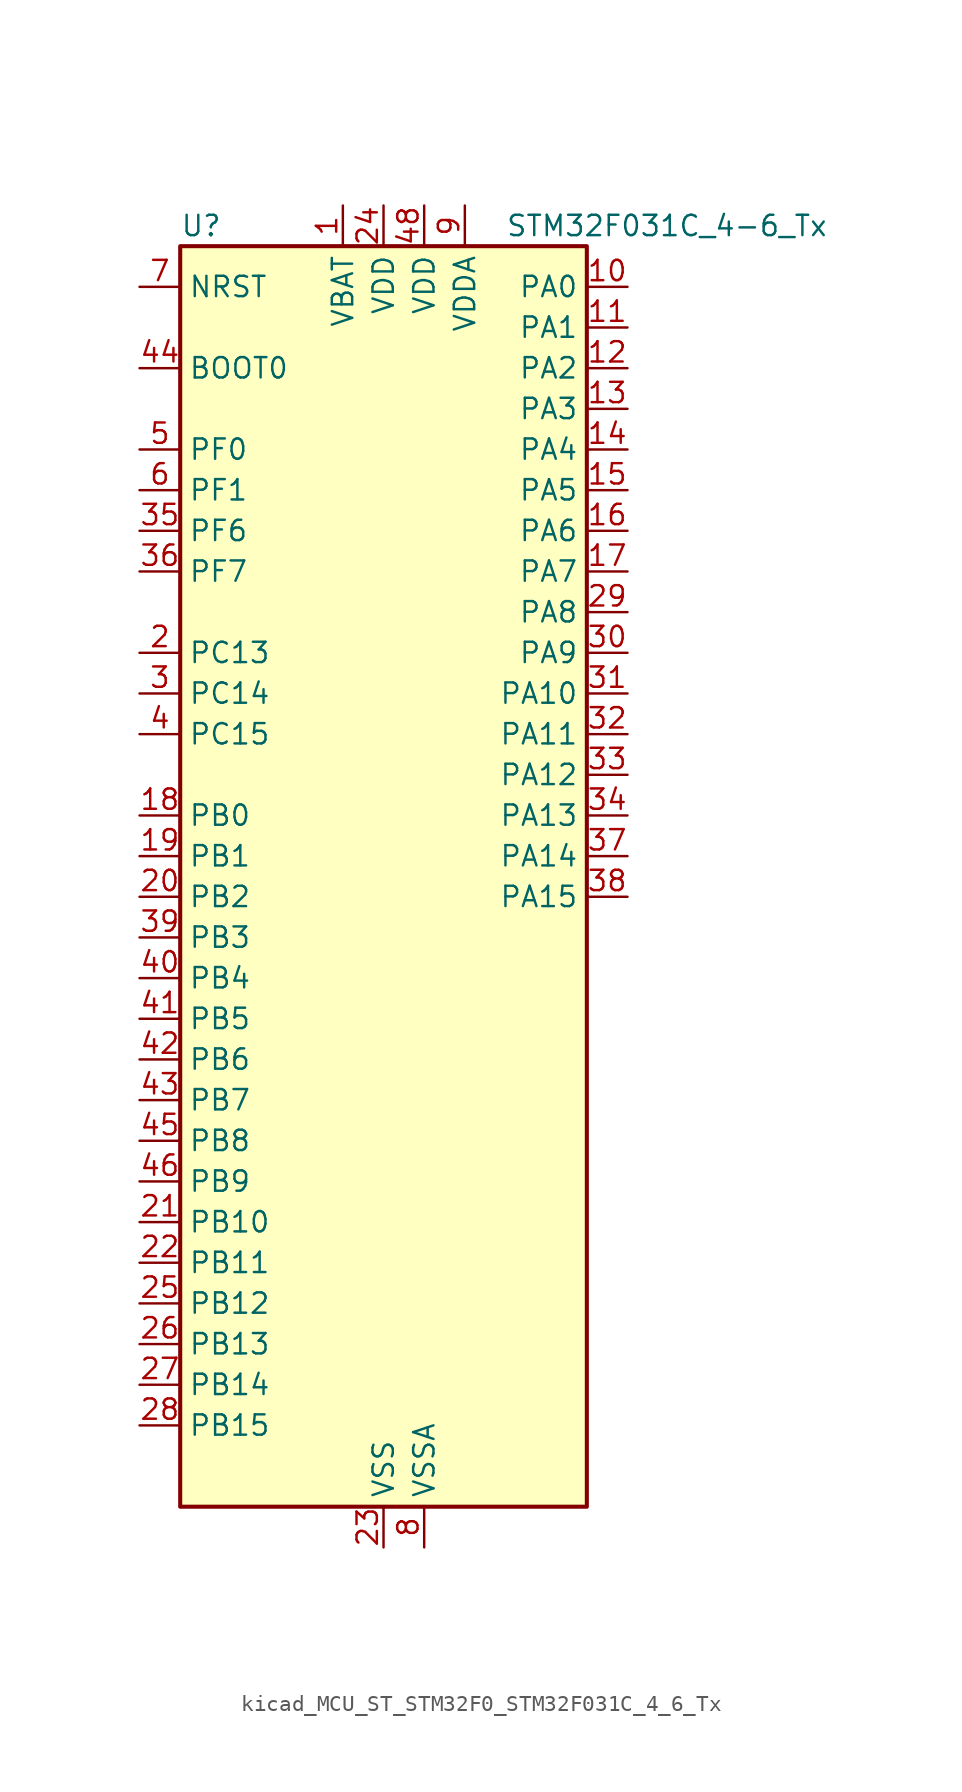
<source format=kicad_sym>
(kicad_symbol_lib
  (version 20220914)
  (generator kicad_symbol_editor)
  (symbol "kicad_MCU_ST_STM32F0_STM32F031C_4_6_Tx"
    (property "Reference" "U"
      (at -12.7 41.91 0)
      (effects (font (size 1.27 1.27)) (justify left)))
    (property "Value" "STM32F031C_4-6_Tx"
      (at 7.62 41.91 0)
      (effects (font (size 1.27 1.27)) (justify left)))
    (property "ki_locked" ""
      (at 0 0 0)
      (effects (font (size 1.27 1.27))))
    (symbol "kicad_MCU_ST_STM32F0_STM32F031C_4_6_Tx_0_1"
      (rectangle (start -12.7 -38.1) (end 12.7 40.64) (stroke (width 0.254) (type default)) (fill (type background))))
    (symbol "kicad_MCU_ST_STM32F0_STM32F031C_4_6_Tx_1_1"
      (pin power_in line (at -2.54 43.18 270) (length 2.54) (name "VBAT" (effects (font (size 1.27 1.27)))) (number "1" (effects (font (size 1.27 1.27)))))
      (pin bidirectional line (at 15.24 38.1 180) (length 2.54) (name "PA0" (effects (font (size 1.27 1.27)))) (number "10" (effects (font (size 1.27 1.27)))) (alternate "ADC_IN0" bidirectional line) (alternate "RTC_TAMP2" bidirectional line) (alternate "SYS_WKUP1" bidirectional line) (alternate "TIM2_CH1" bidirectional line) (alternate "TIM2_ETR" bidirectional line) (alternate "USART1_CTS" bidirectional line))
      (pin bidirectional line (at 15.24 35.56 180) (length 2.54) (name "PA1" (effects (font (size 1.27 1.27)))) (number "11" (effects (font (size 1.27 1.27)))) (alternate "ADC_IN1" bidirectional line) (alternate "TIM2_CH2" bidirectional line) (alternate "USART1_DE" bidirectional line) (alternate "USART1_RTS" bidirectional line))
      (pin bidirectional line (at 15.24 33.02 180) (length 2.54) (name "PA2" (effects (font (size 1.27 1.27)))) (number "12" (effects (font (size 1.27 1.27)))) (alternate "ADC_IN2" bidirectional line) (alternate "TIM2_CH3" bidirectional line) (alternate "USART1_TX" bidirectional line))
      (pin bidirectional line (at 15.24 30.48 180) (length 2.54) (name "PA3" (effects (font (size 1.27 1.27)))) (number "13" (effects (font (size 1.27 1.27)))) (alternate "ADC_IN3" bidirectional line) (alternate "TIM2_CH4" bidirectional line) (alternate "USART1_RX" bidirectional line))
      (pin bidirectional line (at 15.24 27.94 180) (length 2.54) (name "PA4" (effects (font (size 1.27 1.27)))) (number "14" (effects (font (size 1.27 1.27)))) (alternate "ADC_IN4" bidirectional line) (alternate "I2S1_WS" bidirectional line) (alternate "SPI1_NSS" bidirectional line) (alternate "TIM14_CH1" bidirectional line) (alternate "USART1_CK" bidirectional line))
      (pin bidirectional line (at 15.24 25.4 180) (length 2.54) (name "PA5" (effects (font (size 1.27 1.27)))) (number "15" (effects (font (size 1.27 1.27)))) (alternate "ADC_IN5" bidirectional line) (alternate "I2S1_CK" bidirectional line) (alternate "SPI1_SCK" bidirectional line) (alternate "TIM2_CH1" bidirectional line) (alternate "TIM2_ETR" bidirectional line))
      (pin bidirectional line (at 15.24 22.86 180) (length 2.54) (name "PA6" (effects (font (size 1.27 1.27)))) (number "16" (effects (font (size 1.27 1.27)))) (alternate "ADC_IN6" bidirectional line) (alternate "I2S1_MCK" bidirectional line) (alternate "SPI1_MISO" bidirectional line) (alternate "TIM16_CH1" bidirectional line) (alternate "TIM1_BKIN" bidirectional line) (alternate "TIM3_CH1" bidirectional line))
      (pin bidirectional line (at 15.24 20.32 180) (length 2.54) (name "PA7" (effects (font (size 1.27 1.27)))) (number "17" (effects (font (size 1.27 1.27)))) (alternate "ADC_IN7" bidirectional line) (alternate "I2S1_SD" bidirectional line) (alternate "SPI1_MOSI" bidirectional line) (alternate "TIM14_CH1" bidirectional line) (alternate "TIM17_CH1" bidirectional line) (alternate "TIM1_CH1N" bidirectional line) (alternate "TIM3_CH2" bidirectional line))
      (pin bidirectional line (at -15.24 5.08 0) (length 2.54) (name "PB0" (effects (font (size 1.27 1.27)))) (number "18" (effects (font (size 1.27 1.27)))) (alternate "ADC_IN8" bidirectional line) (alternate "TIM1_CH2N" bidirectional line) (alternate "TIM3_CH3" bidirectional line))
      (pin bidirectional line (at -15.24 2.54 0) (length 2.54) (name "PB1" (effects (font (size 1.27 1.27)))) (number "19" (effects (font (size 1.27 1.27)))) (alternate "ADC_IN9" bidirectional line) (alternate "TIM14_CH1" bidirectional line) (alternate "TIM1_CH3N" bidirectional line) (alternate "TIM3_CH4" bidirectional line))
      (pin bidirectional line (at -15.24 15.24 0) (length 2.54) (name "PC13" (effects (font (size 1.27 1.27)))) (number "2" (effects (font (size 1.27 1.27)))) (alternate "RTC_OUT_ALARM" bidirectional line) (alternate "RTC_OUT_CALIB" bidirectional line) (alternate "RTC_TAMP1" bidirectional line) (alternate "RTC_TS" bidirectional line) (alternate "SYS_WKUP2" bidirectional line))
      (pin bidirectional line (at -15.24 0 0) (length 2.54) (name "PB2" (effects (font (size 1.27 1.27)))) (number "20" (effects (font (size 1.27 1.27)))))
      (pin bidirectional line (at -15.24 -20.32 0) (length 2.54) (name "PB10" (effects (font (size 1.27 1.27)))) (number "21" (effects (font (size 1.27 1.27)))) (alternate "I2C1_SCL" bidirectional line) (alternate "TIM2_CH3" bidirectional line))
      (pin bidirectional line (at -15.24 -22.86 0) (length 2.54) (name "PB11" (effects (font (size 1.27 1.27)))) (number "22" (effects (font (size 1.27 1.27)))) (alternate "I2C1_SDA" bidirectional line) (alternate "TIM2_CH4" bidirectional line))
      (pin power_in line (at 0 -40.64 90) (length 2.54) (name "VSS" (effects (font (size 1.27 1.27)))) (number "23" (effects (font (size 1.27 1.27)))))
      (pin power_in line (at 0 43.18 270) (length 2.54) (name "VDD" (effects (font (size 1.27 1.27)))) (number "24" (effects (font (size 1.27 1.27)))))
      (pin bidirectional line (at -15.24 -25.4 0) (length 2.54) (name "PB12" (effects (font (size 1.27 1.27)))) (number "25" (effects (font (size 1.27 1.27)))) (alternate "SPI1_NSS" bidirectional line) (alternate "TIM1_BKIN" bidirectional line))
      (pin bidirectional line (at -15.24 -27.94 0) (length 2.54) (name "PB13" (effects (font (size 1.27 1.27)))) (number "26" (effects (font (size 1.27 1.27)))) (alternate "SPI1_SCK" bidirectional line) (alternate "TIM1_CH1N" bidirectional line))
      (pin bidirectional line (at -15.24 -30.48 0) (length 2.54) (name "PB14" (effects (font (size 1.27 1.27)))) (number "27" (effects (font (size 1.27 1.27)))) (alternate "SPI1_MISO" bidirectional line) (alternate "TIM1_CH2N" bidirectional line))
      (pin bidirectional line (at -15.24 -33.02 0) (length 2.54) (name "PB15" (effects (font (size 1.27 1.27)))) (number "28" (effects (font (size 1.27 1.27)))) (alternate "RTC_REFIN" bidirectional line) (alternate "SPI1_MOSI" bidirectional line) (alternate "TIM1_CH3N" bidirectional line))
      (pin bidirectional line (at 15.24 17.78 180) (length 2.54) (name "PA8" (effects (font (size 1.27 1.27)))) (number "29" (effects (font (size 1.27 1.27)))) (alternate "RCC_MCO" bidirectional line) (alternate "TIM1_CH1" bidirectional line) (alternate "USART1_CK" bidirectional line))
      (pin bidirectional line (at -15.24 12.7 0) (length 2.54) (name "PC14" (effects (font (size 1.27 1.27)))) (number "3" (effects (font (size 1.27 1.27)))) (alternate "RCC_OSC32_IN" bidirectional line))
      (pin bidirectional line (at 15.24 15.24 180) (length 2.54) (name "PA9" (effects (font (size 1.27 1.27)))) (number "30" (effects (font (size 1.27 1.27)))) (alternate "I2C1_SCL" bidirectional line) (alternate "TIM1_CH2" bidirectional line) (alternate "USART1_TX" bidirectional line))
      (pin bidirectional line (at 15.24 12.7 180) (length 2.54) (name "PA10" (effects (font (size 1.27 1.27)))) (number "31" (effects (font (size 1.27 1.27)))) (alternate "I2C1_SDA" bidirectional line) (alternate "TIM17_BKIN" bidirectional line) (alternate "TIM1_CH3" bidirectional line) (alternate "USART1_RX" bidirectional line))
      (pin bidirectional line (at 15.24 10.16 180) (length 2.54) (name "PA11" (effects (font (size 1.27 1.27)))) (number "32" (effects (font (size 1.27 1.27)))) (alternate "TIM1_CH4" bidirectional line) (alternate "USART1_CTS" bidirectional line))
      (pin bidirectional line (at 15.24 7.62 180) (length 2.54) (name "PA12" (effects (font (size 1.27 1.27)))) (number "33" (effects (font (size 1.27 1.27)))) (alternate "TIM1_ETR" bidirectional line) (alternate "USART1_DE" bidirectional line) (alternate "USART1_RTS" bidirectional line))
      (pin bidirectional line (at 15.24 5.08 180) (length 2.54) (name "PA13" (effects (font (size 1.27 1.27)))) (number "34" (effects (font (size 1.27 1.27)))) (alternate "IR_OUT" bidirectional line) (alternate "SYS_SWDIO" bidirectional line))
      (pin bidirectional line (at -15.24 22.86 0) (length 2.54) (name "PF6" (effects (font (size 1.27 1.27)))) (number "35" (effects (font (size 1.27 1.27)))) (alternate "I2C1_SCL" bidirectional line))
      (pin bidirectional line (at -15.24 20.32 0) (length 2.54) (name "PF7" (effects (font (size 1.27 1.27)))) (number "36" (effects (font (size 1.27 1.27)))) (alternate "I2C1_SDA" bidirectional line))
      (pin bidirectional line (at 15.24 2.54 180) (length 2.54) (name "PA14" (effects (font (size 1.27 1.27)))) (number "37" (effects (font (size 1.27 1.27)))) (alternate "SYS_SWCLK" bidirectional line) (alternate "USART1_TX" bidirectional line))
      (pin bidirectional line (at 15.24 0 180) (length 2.54) (name "PA15" (effects (font (size 1.27 1.27)))) (number "38" (effects (font (size 1.27 1.27)))) (alternate "I2S1_WS" bidirectional line) (alternate "SPI1_NSS" bidirectional line) (alternate "TIM2_CH1" bidirectional line) (alternate "TIM2_ETR" bidirectional line) (alternate "USART1_RX" bidirectional line))
      (pin bidirectional line (at -15.24 -2.54 0) (length 2.54) (name "PB3" (effects (font (size 1.27 1.27)))) (number "39" (effects (font (size 1.27 1.27)))) (alternate "I2S1_CK" bidirectional line) (alternate "SPI1_SCK" bidirectional line) (alternate "TIM2_CH2" bidirectional line))
      (pin bidirectional line (at -15.24 10.16 0) (length 2.54) (name "PC15" (effects (font (size 1.27 1.27)))) (number "4" (effects (font (size 1.27 1.27)))) (alternate "RCC_OSC32_OUT" bidirectional line))
      (pin bidirectional line (at -15.24 -5.08 0) (length 2.54) (name "PB4" (effects (font (size 1.27 1.27)))) (number "40" (effects (font (size 1.27 1.27)))) (alternate "I2S1_MCK" bidirectional line) (alternate "SPI1_MISO" bidirectional line) (alternate "TIM3_CH1" bidirectional line))
      (pin bidirectional line (at -15.24 -7.62 0) (length 2.54) (name "PB5" (effects (font (size 1.27 1.27)))) (number "41" (effects (font (size 1.27 1.27)))) (alternate "I2C1_SMBA" bidirectional line) (alternate "I2S1_SD" bidirectional line) (alternate "SPI1_MOSI" bidirectional line) (alternate "TIM16_BKIN" bidirectional line) (alternate "TIM3_CH2" bidirectional line))
      (pin bidirectional line (at -15.24 -10.16 0) (length 2.54) (name "PB6" (effects (font (size 1.27 1.27)))) (number "42" (effects (font (size 1.27 1.27)))) (alternate "I2C1_SCL" bidirectional line) (alternate "TIM16_CH1N" bidirectional line) (alternate "USART1_TX" bidirectional line))
      (pin bidirectional line (at -15.24 -12.7 0) (length 2.54) (name "PB7" (effects (font (size 1.27 1.27)))) (number "43" (effects (font (size 1.27 1.27)))) (alternate "I2C1_SDA" bidirectional line) (alternate "TIM17_CH1N" bidirectional line) (alternate "USART1_RX" bidirectional line))
      (pin input line (at -15.24 33.02 0) (length 2.54) (name "BOOT0" (effects (font (size 1.27 1.27)))) (number "44" (effects (font (size 1.27 1.27)))))
      (pin bidirectional line (at -15.24 -15.24 0) (length 2.54) (name "PB8" (effects (font (size 1.27 1.27)))) (number "45" (effects (font (size 1.27 1.27)))) (alternate "I2C1_SCL" bidirectional line) (alternate "TIM16_CH1" bidirectional line))
      (pin bidirectional line (at -15.24 -17.78 0) (length 2.54) (name "PB9" (effects (font (size 1.27 1.27)))) (number "46" (effects (font (size 1.27 1.27)))) (alternate "I2C1_SDA" bidirectional line) (alternate "IR_OUT" bidirectional line) (alternate "TIM17_CH1" bidirectional line))
      (pin passive line (at 0 -40.64 90) (length 2.54) hide (name "VSS" (effects (font (size 1.27 1.27)))) (number "47" (effects (font (size 1.27 1.27)))))
      (pin power_in line (at 2.54 43.18 270) (length 2.54) (name "VDD" (effects (font (size 1.27 1.27)))) (number "48" (effects (font (size 1.27 1.27)))))
      (pin bidirectional line (at -15.24 27.94 0) (length 2.54) (name "PF0" (effects (font (size 1.27 1.27)))) (number "5" (effects (font (size 1.27 1.27)))) (alternate "RCC_OSC_IN" bidirectional line))
      (pin bidirectional line (at -15.24 25.4 0) (length 2.54) (name "PF1" (effects (font (size 1.27 1.27)))) (number "6" (effects (font (size 1.27 1.27)))) (alternate "RCC_OSC_OUT" bidirectional line))
      (pin input line (at -15.24 38.1 0) (length 2.54) (name "NRST" (effects (font (size 1.27 1.27)))) (number "7" (effects (font (size 1.27 1.27)))))
      (pin power_in line (at 2.54 -40.64 90) (length 2.54) (name "VSSA" (effects (font (size 1.27 1.27)))) (number "8" (effects (font (size 1.27 1.27)))))
      (pin power_in line (at 5.08 43.18 270) (length 2.54) (name "VDDA" (effects (font (size 1.27 1.27)))) (number "9" (effects (font (size 1.27 1.27))))))))
</source>
